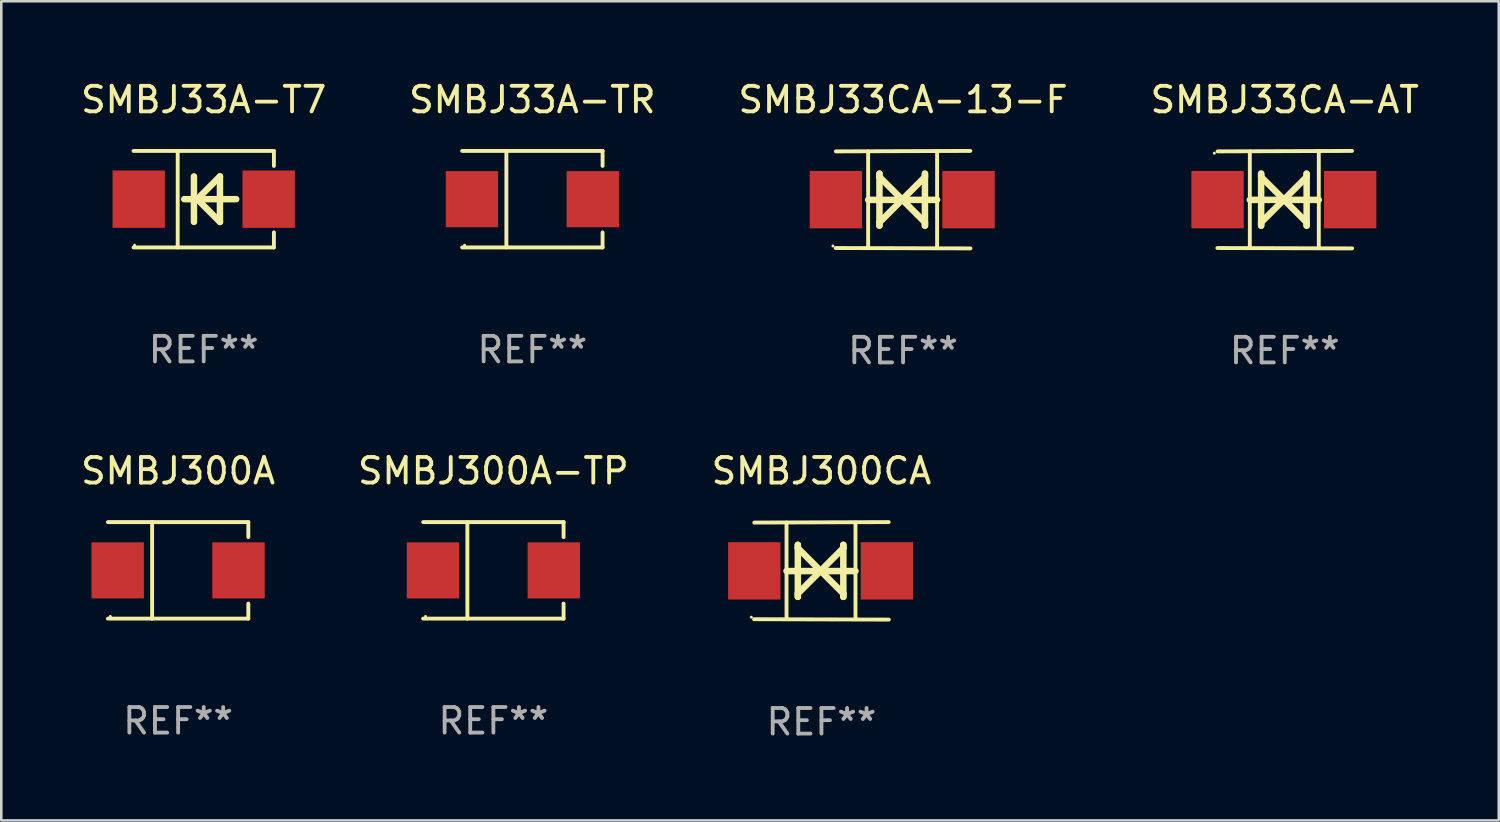
<source format=kicad_pcb>
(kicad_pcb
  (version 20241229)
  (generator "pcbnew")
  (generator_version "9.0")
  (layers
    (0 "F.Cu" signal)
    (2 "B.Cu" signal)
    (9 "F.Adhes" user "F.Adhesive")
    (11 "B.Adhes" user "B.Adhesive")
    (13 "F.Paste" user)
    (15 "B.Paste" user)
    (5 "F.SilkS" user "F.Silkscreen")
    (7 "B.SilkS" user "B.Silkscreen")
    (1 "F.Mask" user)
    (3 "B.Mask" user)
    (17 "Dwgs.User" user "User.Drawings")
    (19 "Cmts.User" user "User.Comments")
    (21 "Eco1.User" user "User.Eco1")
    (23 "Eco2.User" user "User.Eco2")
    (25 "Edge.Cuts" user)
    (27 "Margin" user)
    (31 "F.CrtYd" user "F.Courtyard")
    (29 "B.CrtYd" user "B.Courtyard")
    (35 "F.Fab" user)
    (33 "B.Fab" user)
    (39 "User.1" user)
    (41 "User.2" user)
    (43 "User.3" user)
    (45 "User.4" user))
  (footprint "SMBJ33CA-13-F"
    (layer "F.Cu")
    (at 32.244 4.753)
    (property "Reference" "SMBJ33CA-13-F" (at 0 -3.905 0) (layer "F.SilkS") (effects (font (size 1 1) (thickness 0.15))))
    (attr through_hole)
    (fp_line (start -1.365 1.886) (end -1.365 -1.886) (stroke (width 0.152) (type solid)) (layer "F.SilkS"))
    (fp_line (start -1.365 0.008) (end 1.33 0.008) (stroke (width 0.254) (type solid)) (layer "F.SilkS"))
    (fp_line (start -0.923 -1.016) (end -0.923 1.016) (stroke (width 0.254) (type solid)) (layer "F.SilkS"))
    (fp_line (start -0.923 -0.889) (end -0.923 -1.016) (stroke (width 0.254) (type solid)) (layer "F.SilkS"))
    (fp_line (start -0.923 0.889) (end -0.034 0) (stroke (width 0.254) (type solid)) (layer "F.SilkS"))
    (fp_line (start -0.923 1.016) (end -0.923 0.889) (stroke (width 0.254) (type solid)) (layer "F.SilkS"))
    (fp_line (start -0.034 0) (end -0.923 -0.889) (stroke (width 0.254) (type solid)) (layer "F.SilkS"))
    (fp_line (start -0.034 0) (end 0.855 0.889) (stroke (width 0.254) (type solid)) (layer "F.SilkS"))
    (fp_line (start 0.855 -1.016) (end 0.855 -0.889) (stroke (width 0.254) (type solid)) (layer "F.SilkS"))
    (fp_line (start 0.855 -0.889) (end -0.034 0) (stroke (width 0.254) (type solid)) (layer "F.SilkS"))
    (fp_line (start 0.855 0.889) (end 0.855 1.016) (stroke (width 0.254) (type solid)) (layer "F.SilkS"))
    (fp_line (start 0.855 1.016) (end 0.855 -1.016) (stroke (width 0.254) (type solid)) (layer "F.SilkS"))
    (fp_line (start 1.33 1.886) (end 1.33 -1.886) (stroke (width 0.152) (type solid)) (layer "F.SilkS"))
    (fp_line (start 2.629 -1.905) (end -2.625 -1.887) (stroke (width 0.152) (type solid)) (layer "F.SilkS"))
    (fp_line (start 2.633 1.905) (end -2.633 1.89) (stroke (width 0.152) (type solid)) (layer "F.SilkS"))
    (fp_circle (center -2.741 1.81) (end -2.711 1.81) (stroke (width 0.06) (type solid)) (fill no) (layer "F.SilkS"))
    (fp_text user "REF**" (at 0 5.905 0) (layer "F.Fab") (effects (font (size 1 1) (thickness 0.15))))
    (pad "1" smd rect (at -2.625 0) (size 2.047 2.241) (layers "F.Cu" "F.Mask" "F.Paste"))
    (pad "2" smd rect (at 2.557 0) (size 2.047 2.241) (layers "F.Cu" "F.Mask" "F.Paste")))
  (footprint "SMBJ33CA-AT"
    (layer "F.Cu")
    (at 47.161 4.753)
    (property "Reference" "SMBJ33CA-AT" (at 0 -3.905 0) (layer "F.SilkS") (effects (font (size 1 1) (thickness 0.15))))
    (attr through_hole)
    (fp_line (start -1.365 1.886) (end -1.365 -1.886) (stroke (width 0.152) (type solid)) (layer "F.SilkS"))
    (fp_line (start -1.365 0.008) (end 1.33 0.008) (stroke (width 0.254) (type solid)) (layer "F.SilkS"))
    (fp_line (start -0.923 -1.016) (end -0.923 1.016) (stroke (width 0.254) (type solid)) (layer "F.SilkS"))
    (fp_line (start -0.923 -0.889) (end -0.923 -1.016) (stroke (width 0.254) (type solid)) (layer "F.SilkS"))
    (fp_line (start -0.923 0.889) (end -0.034 0) (stroke (width 0.254) (type solid)) (layer "F.SilkS"))
    (fp_line (start -0.923 1.016) (end -0.923 0.889) (stroke (width 0.254) (type solid)) (layer "F.SilkS"))
    (fp_line (start -0.034 0) (end -0.923 -0.889) (stroke (width 0.254) (type solid)) (layer "F.SilkS"))
    (fp_line (start -0.034 0) (end 0.855 0.889) (stroke (width 0.254) (type solid)) (layer "F.SilkS"))
    (fp_line (start 0.855 -1.016) (end 0.855 -0.889) (stroke (width 0.254) (type solid)) (layer "F.SilkS"))
    (fp_line (start 0.855 -0.889) (end -0.034 0) (stroke (width 0.254) (type solid)) (layer "F.SilkS"))
    (fp_line (start 0.855 0.889) (end 0.855 1.016) (stroke (width 0.254) (type solid)) (layer "F.SilkS"))
    (fp_line (start 0.855 1.016) (end 0.855 -1.016) (stroke (width 0.254) (type solid)) (layer "F.SilkS"))
    (fp_line (start 1.33 1.886) (end 1.33 -1.886) (stroke (width 0.152) (type solid)) (layer "F.SilkS"))
    (fp_line (start 2.629 -1.905) (end -2.625 -1.887) (stroke (width 0.152) (type solid)) (layer "F.SilkS"))
    (fp_line (start 2.633 1.905) (end -2.633 1.89) (stroke (width 0.152) (type solid)) (layer "F.SilkS"))
    (fp_circle (center -2.753 -1.816) (end -2.723 -1.816) (stroke (width 0.06) (type solid)) (fill no) (layer "F.SilkS"))
    (fp_text user "REF**" (at 0 5.905 0) (layer "F.Fab") (effects (font (size 1 1) (thickness 0.15))))
    (pad "1" smd rect (at -2.625 0) (size 2.047 2.241) (layers "F.Cu" "F.Mask" "F.Paste"))
    (pad "2" smd rect (at 2.557 0) (size 2.047 2.241) (layers "F.Cu" "F.Mask" "F.Paste")))
  (footprint "SMBJ300A-TP"
    (layer "F.Cu")
    (at 16.232 19.241)
    (property "Reference" "SMBJ300A-TP" (at 0 -3.886 0) (layer "F.SilkS") (effects (font (size 1 1) (thickness 0.15))))
    (attr through_hole)
    (fp_line (start -2.744 -1.886) (end 2.744 -1.886) (stroke (width 0.152) (type solid)) (layer "F.SilkS"))
    (fp_line (start -2.744 1.886) (end 2.744 1.886) (stroke (width 0.152) (type solid)) (layer "F.SilkS"))
    (fp_line (start -1.016 -1.886) (end -1.016 1.886) (stroke (width 0.152) (type solid)) (layer "F.SilkS"))
    (fp_line (start 2.744 -1.886) (end 2.744 -1.299) (stroke (width 0.152) (type solid)) (layer "F.SilkS"))
    (fp_line (start 2.744 1.886) (end 2.744 1.299) (stroke (width 0.152) (type solid)) (layer "F.SilkS"))
    (fp_circle (center -2.65 1.8) (end -2.62 1.8) (stroke (width 0.06) (type solid)) (fill no) (layer "F.SilkS"))
    (fp_text user "REF**" (at 0 5.886 0) (layer "F.Fab") (effects (font (size 1 1) (thickness 0.15))))
    (pad "1" smd rect (at -2.361 0) (size 2.047 2.192) (layers "F.Cu" "F.Mask" "F.Paste"))
    (pad "2" smd rect (at 2.361 0) (size 2.047 2.192) (layers "F.Cu" "F.Mask" "F.Paste")))
  (footprint "SMBJ300A"
    (layer "F.Cu")
    (at 3.911 19.241)
    (property "Reference" "SMBJ300A" (at 0 -3.886 0) (layer "F.SilkS") (effects (font (size 1 1) (thickness 0.15))))
    (attr through_hole)
    (fp_line (start -2.744 -1.886) (end 2.744 -1.886) (stroke (width 0.152) (type solid)) (layer "F.SilkS"))
    (fp_line (start -2.744 1.886) (end 2.744 1.886) (stroke (width 0.152) (type solid)) (layer "F.SilkS"))
    (fp_line (start -1.016 -1.886) (end -1.016 1.886) (stroke (width 0.152) (type solid)) (layer "F.SilkS"))
    (fp_line (start 2.744 -1.886) (end 2.744 -1.299) (stroke (width 0.152) (type solid)) (layer "F.SilkS"))
    (fp_line (start 2.744 1.886) (end 2.744 1.299) (stroke (width 0.152) (type solid)) (layer "F.SilkS"))
    (fp_circle (center -2.65 1.8) (end -2.62 1.8) (stroke (width 0.06) (type solid)) (fill no) (layer "F.SilkS"))
    (fp_text user "REF**" (at 0 5.886 0) (layer "F.Fab") (effects (font (size 1 1) (thickness 0.15))))
    (pad "1" smd rect (at -2.361 0) (size 2.047 2.192) (layers "F.Cu" "F.Mask" "F.Paste"))
    (pad "2" smd rect (at 2.361 0) (size 2.047 2.192) (layers "F.Cu" "F.Mask" "F.Paste")))
  (footprint "SMBJ33A-TR"
    (layer "F.Cu")
    (at 17.756 4.734)
    (property "Reference" "SMBJ33A-TR" (at 0 -3.886 0) (layer "F.SilkS") (effects (font (size 1 1) (thickness 0.15))))
    (attr through_hole)
    (fp_line (start -2.744 -1.886) (end 2.744 -1.886) (stroke (width 0.152) (type solid)) (layer "F.SilkS"))
    (fp_line (start -2.744 1.886) (end 2.744 1.886) (stroke (width 0.152) (type solid)) (layer "F.SilkS"))
    (fp_line (start -1.016 -1.886) (end -1.016 1.886) (stroke (width 0.152) (type solid)) (layer "F.SilkS"))
    (fp_line (start 2.744 -1.886) (end 2.744 -1.299) (stroke (width 0.152) (type solid)) (layer "F.SilkS"))
    (fp_line (start 2.744 1.886) (end 2.744 1.299) (stroke (width 0.152) (type solid)) (layer "F.SilkS"))
    (fp_circle (center -2.65 1.8) (end -2.62 1.8) (stroke (width 0.06) (type solid)) (fill no) (layer "F.SilkS"))
    (fp_text user "REF**" (at 0 5.886 0) (layer "F.Fab") (effects (font (size 1 1) (thickness 0.15))))
    (pad "1" smd rect (at -2.361 0) (size 2.047 2.192) (layers "F.Cu" "F.Mask" "F.Paste"))
    (pad "2" smd rect (at 2.361 0) (size 2.047 2.192) (layers "F.Cu" "F.Mask" "F.Paste")))
  (footprint "SMBJ300CA"
    (layer "F.Cu")
    (at 29.054 19.26)
    (property "Reference" "SMBJ300CA" (at 0 -3.905 0) (layer "F.SilkS") (effects (font (size 1 1) (thickness 0.15))))
    (attr through_hole)
    (fp_line (start -1.365 1.886) (end -1.365 -1.886) (stroke (width 0.152) (type solid)) (layer "F.SilkS"))
    (fp_line (start -1.365 0.008) (end 1.33 0.008) (stroke (width 0.254) (type solid)) (layer "F.SilkS"))
    (fp_line (start -0.923 -1.016) (end -0.923 1.016) (stroke (width 0.254) (type solid)) (layer "F.SilkS"))
    (fp_line (start -0.923 -0.889) (end -0.923 -1.016) (stroke (width 0.254) (type solid)) (layer "F.SilkS"))
    (fp_line (start -0.923 0.889) (end -0.034 0) (stroke (width 0.254) (type solid)) (layer "F.SilkS"))
    (fp_line (start -0.923 1.016) (end -0.923 0.889) (stroke (width 0.254) (type solid)) (layer "F.SilkS"))
    (fp_line (start -0.034 0) (end -0.923 -0.889) (stroke (width 0.254) (type solid)) (layer "F.SilkS"))
    (fp_line (start -0.034 0) (end 0.855 0.889) (stroke (width 0.254) (type solid)) (layer "F.SilkS"))
    (fp_line (start 0.855 -1.016) (end 0.855 -0.889) (stroke (width 0.254) (type solid)) (layer "F.SilkS"))
    (fp_line (start 0.855 -0.889) (end -0.034 0) (stroke (width 0.254) (type solid)) (layer "F.SilkS"))
    (fp_line (start 0.855 0.889) (end 0.855 1.016) (stroke (width 0.254) (type solid)) (layer "F.SilkS"))
    (fp_line (start 0.855 1.016) (end 0.855 -1.016) (stroke (width 0.254) (type solid)) (layer "F.SilkS"))
    (fp_line (start 1.33 1.886) (end 1.33 -1.886) (stroke (width 0.152) (type solid)) (layer "F.SilkS"))
    (fp_line (start 2.629 -1.905) (end -2.625 -1.887) (stroke (width 0.152) (type solid)) (layer "F.SilkS"))
    (fp_line (start 2.633 1.905) (end -2.633 1.89) (stroke (width 0.152) (type solid)) (layer "F.SilkS"))
    (fp_circle (center -2.741 1.81) (end -2.711 1.81) (stroke (width 0.06) (type solid)) (fill no) (layer "F.SilkS"))
    (fp_text user "REF**" (at 0 5.905 0) (layer "F.Fab") (effects (font (size 1 1) (thickness 0.15))))
    (pad "1" smd rect (at -2.625 0) (size 2.047 2.241) (layers "F.Cu" "F.Mask" "F.Paste"))
    (pad "2" smd rect (at 2.557 0) (size 2.047 2.241) (layers "F.Cu" "F.Mask" "F.Paste")))
  (footprint "SMBJ33A-T7"
    (layer "F.Cu")
    (at 4.911 4.734)
    (property "Reference" "SMBJ33A-T7" (at 0 -3.886 0) (layer "F.SilkS") (effects (font (size 1 1) (thickness 0.15))))
    (attr through_hole)
    (fp_line (start -2.744 -1.886) (end 2.744 -1.886) (stroke (width 0.152) (type solid)) (layer "F.SilkS"))
    (fp_line (start -2.744 1.886) (end 2.744 1.886) (stroke (width 0.152) (type solid)) (layer "F.SilkS"))
    (fp_line (start -1.016 -1.886) (end -1.016 1.886) (stroke (width 0.152) (type solid)) (layer "F.SilkS"))
    (fp_line (start -0.381 -0.889) (end -0.381 0.889) (stroke (width 0.254) (type solid)) (layer "F.SilkS"))
    (fp_line (start -0.366 0) (end -0.254 0) (stroke (width 0.254) (type solid)) (layer "F.SilkS"))
    (fp_line (start -0.254 0) (end -0.328 0) (stroke (width 0.254) (type solid)) (layer "F.SilkS"))
    (fp_line (start -0.254 0) (end 0.635 -0.889) (stroke (width 0.254) (type solid)) (layer "F.SilkS"))
    (fp_line (start 0.635 -0.889) (end 0.635 0.889) (stroke (width 0.254) (type solid)) (layer "F.SilkS"))
    (fp_line (start 0.635 0.889) (end -0.254 0) (stroke (width 0.254) (type solid)) (layer "F.SilkS"))
    (fp_line (start 1.27 0) (end -0.762 0) (stroke (width 0.254) (type solid)) (layer "F.SilkS"))
    (fp_line (start 2.744 -1.886) (end 2.744 -1.299) (stroke (width 0.152) (type solid)) (layer "F.SilkS"))
    (fp_line (start 2.744 1.886) (end 2.744 1.299) (stroke (width 0.152) (type solid)) (layer "F.SilkS"))
    (fp_circle (center -2.698 1.8) (end -2.668 1.8) (stroke (width 0.06) (type solid)) (fill no) (layer "F.SilkS"))
    (fp_text user "REF**" (at 0 5.886 0) (layer "F.Fab") (effects (font (size 1 1) (thickness 0.15))))
    (pad "1" smd rect (at -2.54 0) (size 2.047 2.241) (layers "F.Cu" "F.Mask" "F.Paste"))
    (pad "2" smd rect (at 2.54 0) (size 2.047 2.241) (layers "F.Cu" "F.Mask" "F.Paste")))
  (gr_rect
    (start -3 -3)
    (end 55.524 29.013)
    (stroke (width 0.1) (type default))
    (fill no)
    (layer "Edge.Cuts")))
</source>
